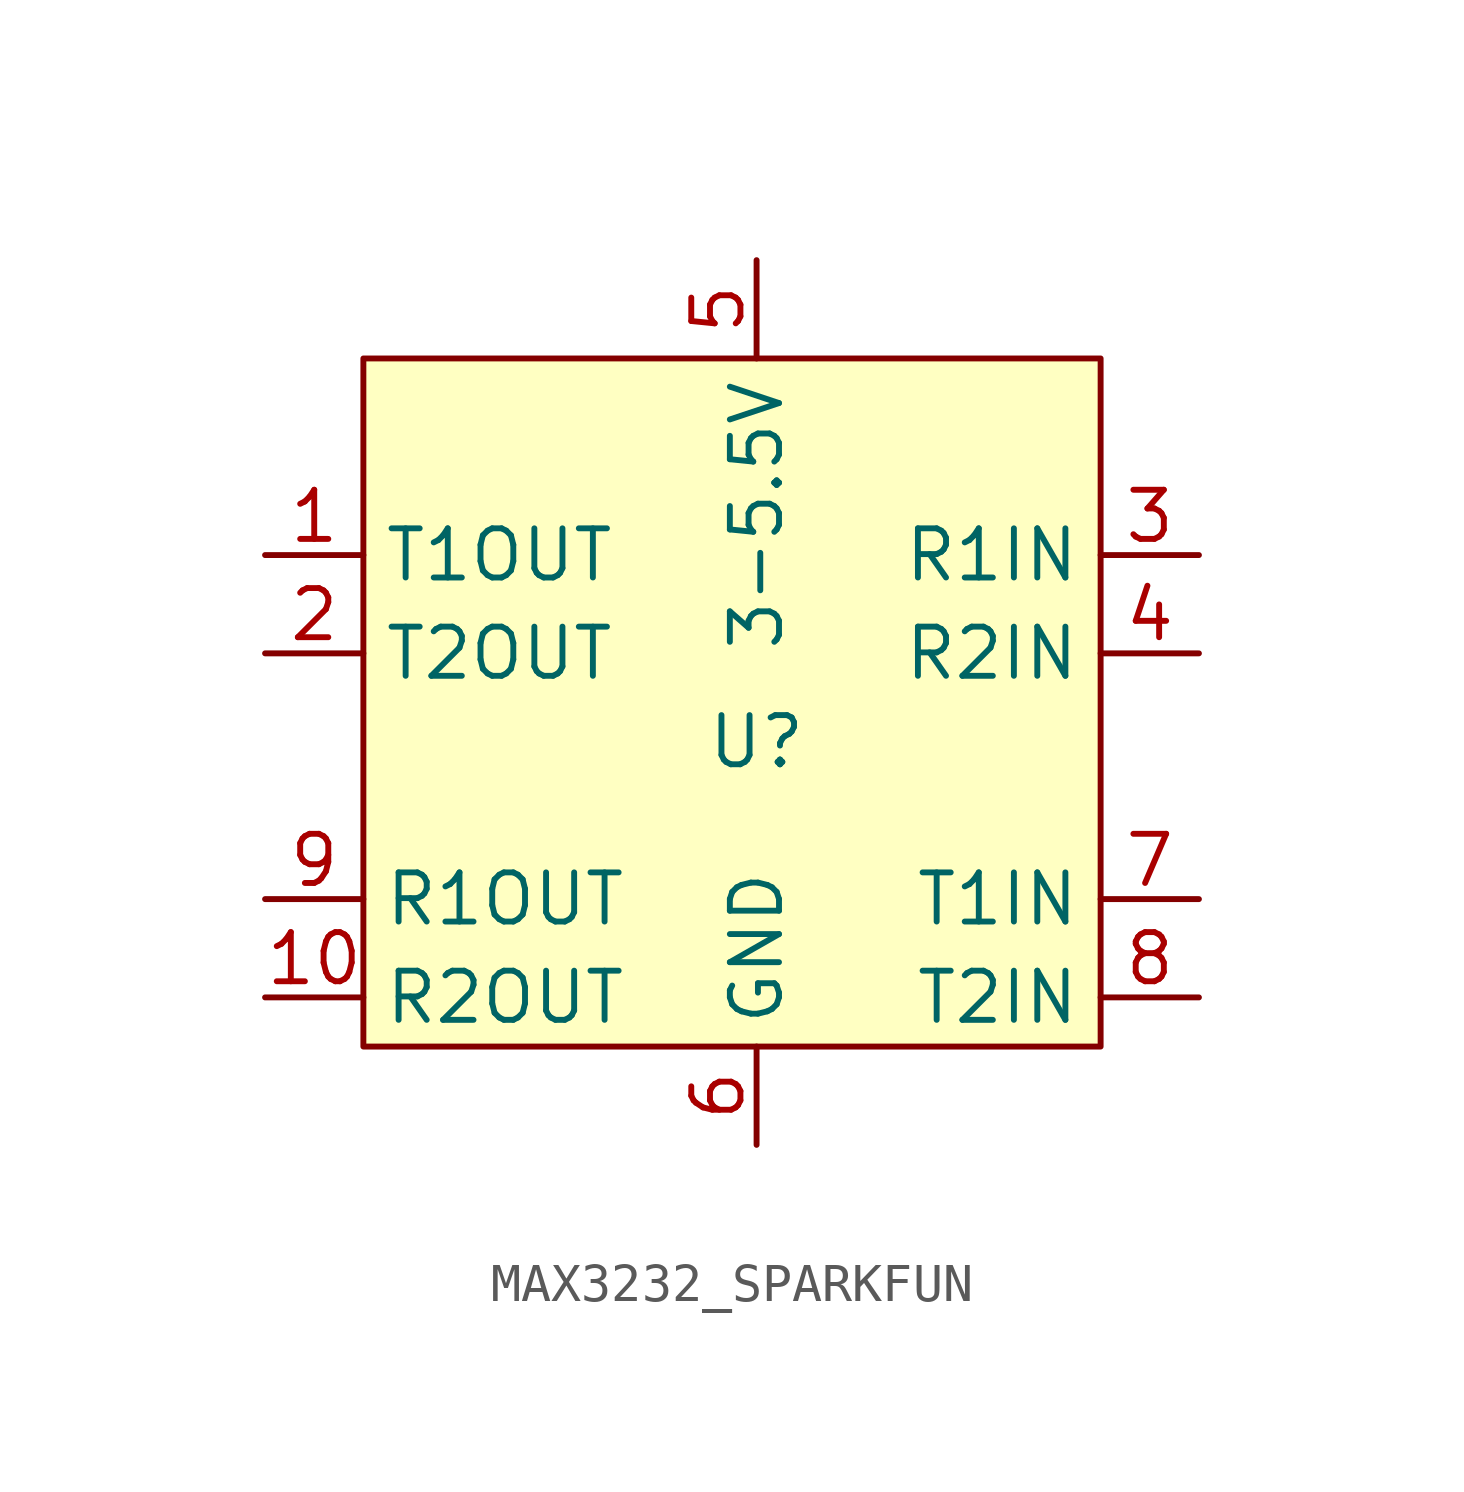
<source format=kicad_sym>
(kicad_symbol_lib
  (version 20241209)
  (generator "kicad_symbol_editor")
  (generator_version "9.0")
  (symbol "MAX3232_SPARKFUN"
    (property "Reference" "U"
      (at 0 -4.826 0)
      (effects (font (size 1.27 1.27))))
    (property "Value" ""
      (at 0 0 0)
      (effects (font (size 1.27 1.27))))
    (symbol "MAX3232_SPARKFUN_1_1"
      (rectangle (start -10.16 5.08) (end 8.89 -12.7) (stroke (width 0) (type solid)) (fill (type background)))
      (pin output line (at -12.7 0 0) (length 2.54) (name "T1OUT" (effects (font (size 1.27 1.27)))) (number "1" (effects (font (size 1.27 1.27)))))
      (pin output line (at -12.7 -2.54 0) (length 2.54) (name "T2OUT" (effects (font (size 1.27 1.27)))) (number "2" (effects (font (size 1.27 1.27)))))
      (pin output line (at -12.7 -8.89 0) (length 2.54) (name "R1OUT" (effects (font (size 1.27 1.27)))) (number "9" (effects (font (size 1.27 1.27)))))
      (pin output line (at -12.7 -11.43 0) (length 2.54) (name "R2OUT" (effects (font (size 1.27 1.27)))) (number "10" (effects (font (size 1.27 1.27)))))
      (pin input line (at 0 7.62 270) (length 2.54) (name "3-5.5V" (effects (font (size 1.27 1.27)))) (number "5" (effects (font (size 1.27 1.27)))))
      (pin input line (at 0 -15.24 90) (length 2.54) (name "GND" (effects (font (size 1.27 1.27)))) (number "6" (effects (font (size 1.27 1.27)))))
      (pin input line (at 11.43 0 180) (length 2.54) (name "R1IN" (effects (font (size 1.27 1.27)))) (number "3" (effects (font (size 1.27 1.27)))))
      (pin input line (at 11.43 -2.54 180) (length 2.54) (name "R2IN" (effects (font (size 1.27 1.27)))) (number "4" (effects (font (size 1.27 1.27)))))
      (pin input line (at 11.43 -8.89 180) (length 2.54) (name "T1IN" (effects (font (size 1.27 1.27)))) (number "7" (effects (font (size 1.27 1.27)))))
      (pin input line (at 11.43 -11.43 180) (length 2.54) (name "T2IN" (effects (font (size 1.27 1.27)))) (number "8" (effects (font (size 1.27 1.27))))))))
</source>
